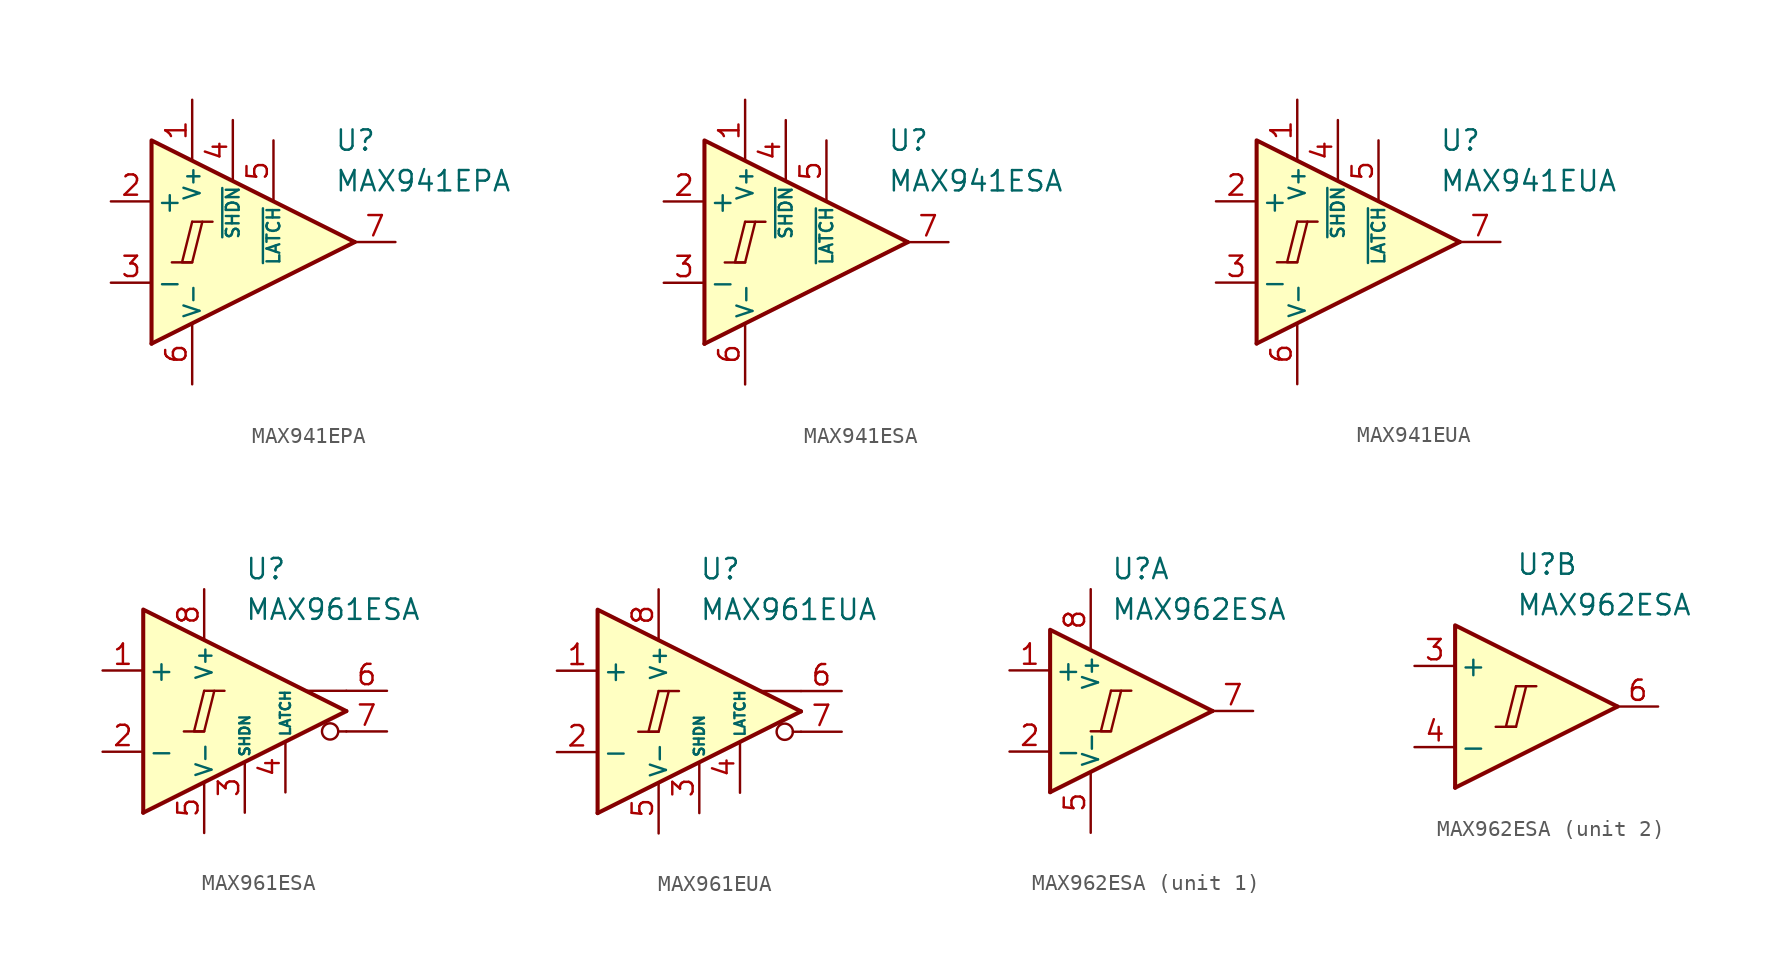
<source format=kicad_sym>
(kicad_symbol_lib
  (version 20231120)
  (generator "kicad_symbol_editor")
  (generator_version "8.0")
  (symbol "MAX941EPA"
    (pin_names
      (offset 0.254))
    (property "Reference" "U"
      (at 6.35 6.35 0)
      (effects (font (size 1.27 1.27)) (justify left)))
    (property "Value" "MAX941EPA"
      (at 6.35 3.81 0)
      (effects (font (size 1.27 1.27)) (justify left)))
    (symbol "MAX941EPA_0_0"
      (polyline (pts (xy -3.81 -1.27) (xy -2.54 -1.27)) (stroke (width 0.152) (type default)) (fill (type none)))
      (polyline (pts (xy -2.54 1.27) (xy -1.27 1.27)) (stroke (width 0.152) (type default)) (fill (type none)))
      (polyline (pts (xy 7.62 0) (xy -5.08 -6.35)) (stroke (width 0.254) (type default)) (fill (type none)))
      (polyline (pts (xy 7.62 0) (xy -5.08 6.35) (xy -5.08 -6.35)) (stroke (width 0.254) (type default)) (fill (type background)))
      (polyline (pts (xy -2.54 1.27) (xy -3.175 -1.27) (xy -2.54 -1.27) (xy -1.905 1.27)) (stroke (width 0.152) (type default)) (fill (type none))))
    (symbol "MAX941EPA_1_1"
      (pin power_in line (at -2.54 8.89 270) (length 3.81) (name "V+" (effects (font (size 1 1)))) (number "1" (effects (font (size 1.27 1.27)))))
      (pin input line (at -7.62 2.54 0) (length 2.54) (name "+" (effects (font (size 1.27 1.27)))) (number "2" (effects (font (size 1.27 1.27)))))
      (pin input line (at -7.62 -2.54 0) (length 2.54) (name "-" (effects (font (size 1.27 1.27)))) (number "3" (effects (font (size 1.27 1.27)))))
      (pin input line (at 0 7.62 270) (length 3.81) (name "~{SHDN}" (effects (font (size 0.8 0.8)))) (number "4" (effects (font (size 1.27 1.27)))))
      (pin input line (at 2.54 6.35 270) (length 3.81) (name "~{LATCH}" (effects (font (size 0.8 0.8)))) (number "5" (effects (font (size 1.27 1.27)))))
      (pin power_in line (at -2.54 -8.89 90) (length 3.81) (name "V-" (effects (font (size 1 1)))) (number "6" (effects (font (size 1.27 1.27)))))
      (pin output line (at 10.16 0 180) (length 2.54) (name "~" (effects (font (size 1.27 1.27)))) (number "7" (effects (font (size 1.27 1.27)))))
      (pin free line (at -1.27 0 180) (length 2.54) hide (name "NC" (effects (font (size 1.27 1.27)))) (number "8" (effects (font (size 1.27 1.27)))))))
  (symbol "MAX941ESA"
    (pin_names
      (offset 0.254))
    (property "Reference" "U"
      (at 6.35 6.35 0)
      (effects (font (size 1.27 1.27)) (justify left)))
    (property "Value" "MAX941ESA"
      (at 6.35 3.81 0)
      (effects (font (size 1.27 1.27)) (justify left)))
    (symbol "MAX941ESA_0_0"
      (polyline (pts (xy -3.81 -1.27) (xy -2.54 -1.27)) (stroke (width 0.152) (type default)) (fill (type none)))
      (polyline (pts (xy -2.54 1.27) (xy -1.27 1.27)) (stroke (width 0.152) (type default)) (fill (type none)))
      (polyline (pts (xy 7.62 0) (xy -5.08 -6.35)) (stroke (width 0.254) (type default)) (fill (type none)))
      (polyline (pts (xy 7.62 0) (xy -5.08 6.35) (xy -5.08 -6.35)) (stroke (width 0.254) (type default)) (fill (type background)))
      (polyline (pts (xy -2.54 1.27) (xy -3.175 -1.27) (xy -2.54 -1.27) (xy -1.905 1.27)) (stroke (width 0.152) (type default)) (fill (type none))))
    (symbol "MAX941ESA_1_1"
      (pin power_in line (at -2.54 8.89 270) (length 3.81) (name "V+" (effects (font (size 1 1)))) (number "1" (effects (font (size 1.27 1.27)))))
      (pin input line (at -7.62 2.54 0) (length 2.54) (name "+" (effects (font (size 1.27 1.27)))) (number "2" (effects (font (size 1.27 1.27)))))
      (pin input line (at -7.62 -2.54 0) (length 2.54) (name "-" (effects (font (size 1.27 1.27)))) (number "3" (effects (font (size 1.27 1.27)))))
      (pin input line (at 0 7.62 270) (length 3.81) (name "~{SHDN}" (effects (font (size 0.8 0.8)))) (number "4" (effects (font (size 1.27 1.27)))))
      (pin input line (at 2.54 6.35 270) (length 3.81) (name "~{LATCH}" (effects (font (size 0.8 0.8)))) (number "5" (effects (font (size 1.27 1.27)))))
      (pin power_in line (at -2.54 -8.89 90) (length 3.81) (name "V-" (effects (font (size 1 1)))) (number "6" (effects (font (size 1.27 1.27)))))
      (pin output line (at 10.16 0 180) (length 2.54) (name "~" (effects (font (size 1.27 1.27)))) (number "7" (effects (font (size 1.27 1.27)))))
      (pin free line (at -1.27 0 180) (length 2.54) hide (name "NC" (effects (font (size 1.27 1.27)))) (number "8" (effects (font (size 1.27 1.27)))))))
  (symbol "MAX941EUA"
    (pin_names
      (offset 0.254))
    (property "Reference" "U"
      (at 6.35 6.35 0)
      (effects (font (size 1.27 1.27)) (justify left)))
    (property "Value" "MAX941EUA"
      (at 6.35 3.81 0)
      (effects (font (size 1.27 1.27)) (justify left)))
    (symbol "MAX941EUA_0_0"
      (polyline (pts (xy -3.81 -1.27) (xy -2.54 -1.27)) (stroke (width 0.152) (type default)) (fill (type none)))
      (polyline (pts (xy -2.54 1.27) (xy -1.27 1.27)) (stroke (width 0.152) (type default)) (fill (type none)))
      (polyline (pts (xy 7.62 0) (xy -5.08 -6.35)) (stroke (width 0.254) (type default)) (fill (type none)))
      (polyline (pts (xy 7.62 0) (xy -5.08 6.35) (xy -5.08 -6.35)) (stroke (width 0.254) (type default)) (fill (type background)))
      (polyline (pts (xy -2.54 1.27) (xy -3.175 -1.27) (xy -2.54 -1.27) (xy -1.905 1.27)) (stroke (width 0.152) (type default)) (fill (type none))))
    (symbol "MAX941EUA_1_1"
      (pin power_in line (at -2.54 8.89 270) (length 3.81) (name "V+" (effects (font (size 1 1)))) (number "1" (effects (font (size 1.27 1.27)))))
      (pin input line (at -7.62 2.54 0) (length 2.54) (name "+" (effects (font (size 1.27 1.27)))) (number "2" (effects (font (size 1.27 1.27)))))
      (pin input line (at -7.62 -2.54 0) (length 2.54) (name "-" (effects (font (size 1.27 1.27)))) (number "3" (effects (font (size 1.27 1.27)))))
      (pin input line (at 0 7.62 270) (length 3.81) (name "~{SHDN}" (effects (font (size 0.8 0.8)))) (number "4" (effects (font (size 1.27 1.27)))))
      (pin input line (at 2.54 6.35 270) (length 3.81) (name "~{LATCH}" (effects (font (size 0.8 0.8)))) (number "5" (effects (font (size 1.27 1.27)))))
      (pin power_in line (at -2.54 -8.89 90) (length 3.81) (name "V-" (effects (font (size 1 1)))) (number "6" (effects (font (size 1.27 1.27)))))
      (pin output line (at 10.16 0 180) (length 2.54) (name "~" (effects (font (size 1.27 1.27)))) (number "7" (effects (font (size 1.27 1.27)))))
      (pin free line (at -1.27 0 180) (length 2.54) hide (name "NC" (effects (font (size 1.27 1.27)))) (number "8" (effects (font (size 1.27 1.27)))))))
  (symbol "MAX961ESA"
    (pin_names
      (offset 0.254))
    (property "Reference" "U"
      (at 0 8.89 0)
      (effects (font (size 1.27 1.27)) (justify left)))
    (property "Value" "MAX961ESA"
      (at 0 6.35 0)
      (effects (font (size 1.27 1.27)) (justify left)))
    (symbol "MAX961ESA_0_0"
      (polyline (pts (xy -3.81 -1.27) (xy -2.54 -1.27)) (stroke (width 0.152) (type default)) (fill (type none)))
      (polyline (pts (xy -2.54 1.27) (xy -1.27 1.27)) (stroke (width 0.152) (type default)) (fill (type none)))
      (polyline (pts (xy 6.35 -1.27) (xy 5.842 -1.27)) (stroke (width 0.152) (type default)) (fill (type none)))
      (polyline (pts (xy 6.35 0) (xy -6.35 -6.35)) (stroke (width 0.254) (type default)) (fill (type none)))
      (polyline (pts (xy 6.35 1.27) (xy 3.81 1.27)) (stroke (width 0.152) (type default)) (fill (type none)))
      (polyline (pts (xy 6.35 0) (xy -6.35 6.35) (xy -6.35 -6.35)) (stroke (width 0.254) (type default)) (fill (type background)))
      (polyline (pts (xy -2.54 1.27) (xy -3.175 -1.27) (xy -2.54 -1.27) (xy -1.905 1.27)) (stroke (width 0.152) (type default)) (fill (type none)))
      (circle (center 5.334 -1.27) (radius 0.508) (stroke (width 0.152) (type default)) (fill (type none))))
    (symbol "MAX961ESA_1_1"
      (pin input line (at -8.89 2.54 0) (length 2.54) (name "+" (effects (font (size 1.27 1.27)))) (number "1" (effects (font (size 1.27 1.27)))))
      (pin input line (at -8.89 -2.54 0) (length 2.54) (name "-" (effects (font (size 1.27 1.27)))) (number "2" (effects (font (size 1.27 1.27)))))
      (pin input line (at 0 -6.35 90) (length 3.18) (name "SHDN" (effects (font (size 0.635 0.635)))) (number "3" (effects (font (size 1.27 1.27)))))
      (pin input line (at 2.54 -5.08 90) (length 3.18) (name "LATCH" (effects (font (size 0.635 0.635)))) (number "4" (effects (font (size 1.27 1.27)))))
      (pin power_in line (at -2.54 -7.62 90) (length 3.18) (name "V-" (effects (font (size 1 1)))) (number "5" (effects (font (size 1.27 1.27)))))
      (pin output line (at 8.89 1.27 180) (length 2.54) (name "~" (effects (font (size 1.27 1.27)))) (number "6" (effects (font (size 1.27 1.27)))))
      (pin output line (at 8.89 -1.27 180) (length 2.54) (name "~" (effects (font (size 1.27 1.27)))) (number "7" (effects (font (size 1.27 1.27)))))
      (pin power_in line (at -2.54 7.62 270) (length 3.18) (name "V+" (effects (font (size 1 1)))) (number "8" (effects (font (size 1.27 1.27)))))))
  (symbol "MAX961EUA"
    (pin_names
      (offset 0.254))
    (property "Reference" "U"
      (at 0 8.89 0)
      (effects (font (size 1.27 1.27)) (justify left)))
    (property "Value" "MAX961EUA"
      (at 0 6.35 0)
      (effects (font (size 1.27 1.27)) (justify left)))
    (symbol "MAX961EUA_0_0"
      (polyline (pts (xy -3.81 -1.27) (xy -2.54 -1.27)) (stroke (width 0.152) (type default)) (fill (type none)))
      (polyline (pts (xy -2.54 1.27) (xy -1.27 1.27)) (stroke (width 0.152) (type default)) (fill (type none)))
      (polyline (pts (xy 6.35 -1.27) (xy 5.842 -1.27)) (stroke (width 0.152) (type default)) (fill (type none)))
      (polyline (pts (xy 6.35 0) (xy -6.35 -6.35)) (stroke (width 0.254) (type default)) (fill (type none)))
      (polyline (pts (xy 6.35 1.27) (xy 3.81 1.27)) (stroke (width 0.152) (type default)) (fill (type none)))
      (polyline (pts (xy 6.35 0) (xy -6.35 6.35) (xy -6.35 -6.35)) (stroke (width 0.254) (type default)) (fill (type background)))
      (polyline (pts (xy -2.54 1.27) (xy -3.175 -1.27) (xy -2.54 -1.27) (xy -1.905 1.27)) (stroke (width 0.152) (type default)) (fill (type none)))
      (circle (center 5.334 -1.27) (radius 0.508) (stroke (width 0.152) (type default)) (fill (type none))))
    (symbol "MAX961EUA_1_1"
      (pin input line (at -8.89 2.54 0) (length 2.54) (name "+" (effects (font (size 1.27 1.27)))) (number "1" (effects (font (size 1.27 1.27)))))
      (pin input line (at -8.89 -2.54 0) (length 2.54) (name "-" (effects (font (size 1.27 1.27)))) (number "2" (effects (font (size 1.27 1.27)))))
      (pin input line (at 0 -6.35 90) (length 3.18) (name "SHDN" (effects (font (size 0.635 0.635)))) (number "3" (effects (font (size 1.27 1.27)))))
      (pin input line (at 2.54 -5.08 90) (length 3.18) (name "LATCH" (effects (font (size 0.635 0.635)))) (number "4" (effects (font (size 1.27 1.27)))))
      (pin power_in line (at -2.54 -7.62 90) (length 3.18) (name "V-" (effects (font (size 1 1)))) (number "5" (effects (font (size 1.27 1.27)))))
      (pin output line (at 8.89 1.27 180) (length 2.54) (name "~" (effects (font (size 1.27 1.27)))) (number "6" (effects (font (size 1.27 1.27)))))
      (pin output line (at 8.89 -1.27 180) (length 2.54) (name "~" (effects (font (size 1.27 1.27)))) (number "7" (effects (font (size 1.27 1.27)))))
      (pin power_in line (at -2.54 7.62 270) (length 3.18) (name "V+" (effects (font (size 1 1)))) (number "8" (effects (font (size 1.27 1.27)))))))
  (symbol "MAX962ESA"
    (pin_names
      (offset 0.254))
    (property "Reference" "U"
      (at 0 8.89 0)
      (effects (font (size 1.27 1.27)) (justify left)))
    (property "Value" "MAX962ESA"
      (at 0 6.35 0)
      (effects (font (size 1.27 1.27)) (justify left)))
    (property "ki_locked" ""
      (at 0 0 0)
      (effects (font (size 1.27 1.27))))
    (symbol "MAX962ESA_0_0"
      (polyline (pts (xy -1.27 -1.27) (xy 0 -1.27)) (stroke (width 0.152) (type default)) (fill (type none)))
      (polyline (pts (xy 0 1.27) (xy 1.27 1.27)) (stroke (width 0.152) (type default)) (fill (type none)))
      (polyline (pts (xy 6.35 0) (xy -3.81 -5.08)) (stroke (width 0.254) (type default)) (fill (type none)))
      (polyline (pts (xy 6.35 0) (xy -3.81 5.08) (xy -3.81 -5.08)) (stroke (width 0.254) (type default)) (fill (type background)))
      (polyline (pts (xy 0 1.27) (xy -0.635 -1.27) (xy 0 -1.27) (xy 0.635 1.27)) (stroke (width 0.152) (type default)) (fill (type none))))
    (symbol "MAX962ESA_1_1"
      (pin input line (at -6.35 2.54 0) (length 2.54) (name "+" (effects (font (size 1.27 1.27)))) (number "1" (effects (font (size 1.27 1.27)))))
      (pin input line (at -6.35 -2.54 0) (length 2.54) (name "-" (effects (font (size 1.27 1.27)))) (number "2" (effects (font (size 1.27 1.27)))))
      (pin power_in line (at -1.27 -7.62 90) (length 3.81) (name "V-" (effects (font (size 1 1)))) (number "5" (effects (font (size 1.27 1.27)))))
      (pin output line (at 8.89 0 180) (length 2.54) (name "~" (effects (font (size 1.27 1.27)))) (number "7" (effects (font (size 1.27 1.27)))))
      (pin power_in line (at -1.27 7.62 270) (length 3.81) (name "V+" (effects (font (size 1 1)))) (number "8" (effects (font (size 1.27 1.27))))))
    (symbol "MAX962ESA_2_1"
      (pin input line (at -6.35 2.54 0) (length 2.54) (name "+" (effects (font (size 1.27 1.27)))) (number "3" (effects (font (size 1.27 1.27)))))
      (pin input line (at -6.35 -2.54 0) (length 2.54) (name "-" (effects (font (size 1.27 1.27)))) (number "4" (effects (font (size 1.27 1.27)))))
      (pin output line (at 8.89 0 180) (length 2.54) (name "~" (effects (font (size 1.27 1.27)))) (number "6" (effects (font (size 1.27 1.27))))))))
</source>
